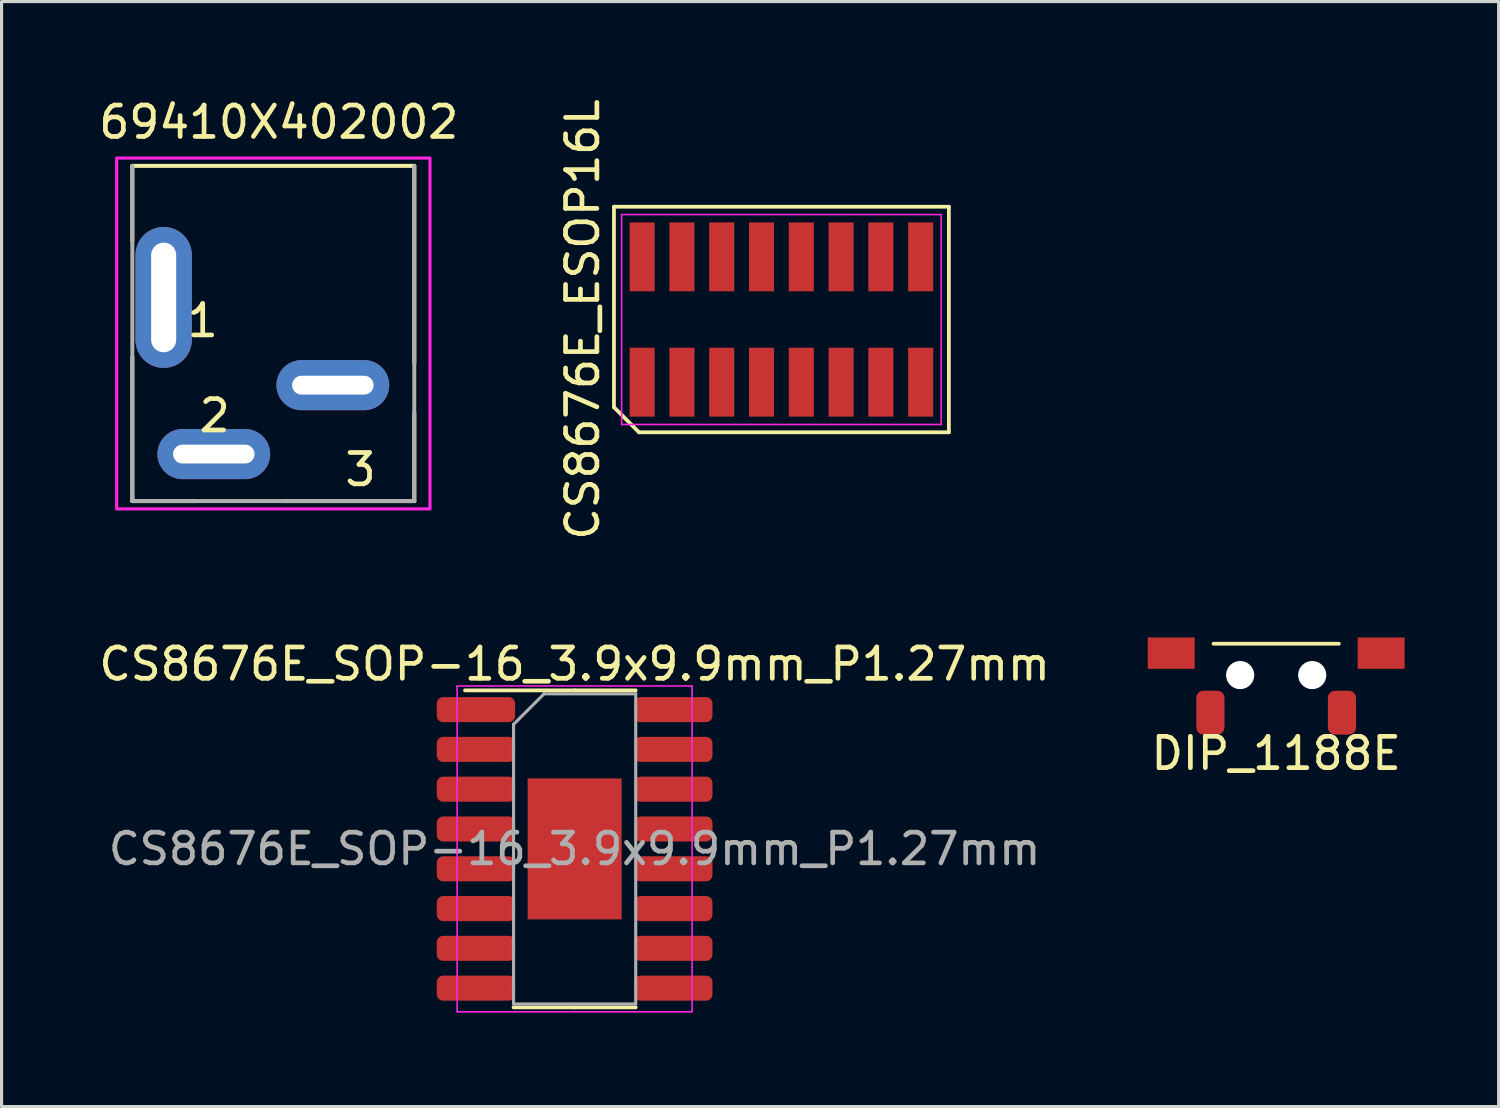
<source format=kicad_pcb>
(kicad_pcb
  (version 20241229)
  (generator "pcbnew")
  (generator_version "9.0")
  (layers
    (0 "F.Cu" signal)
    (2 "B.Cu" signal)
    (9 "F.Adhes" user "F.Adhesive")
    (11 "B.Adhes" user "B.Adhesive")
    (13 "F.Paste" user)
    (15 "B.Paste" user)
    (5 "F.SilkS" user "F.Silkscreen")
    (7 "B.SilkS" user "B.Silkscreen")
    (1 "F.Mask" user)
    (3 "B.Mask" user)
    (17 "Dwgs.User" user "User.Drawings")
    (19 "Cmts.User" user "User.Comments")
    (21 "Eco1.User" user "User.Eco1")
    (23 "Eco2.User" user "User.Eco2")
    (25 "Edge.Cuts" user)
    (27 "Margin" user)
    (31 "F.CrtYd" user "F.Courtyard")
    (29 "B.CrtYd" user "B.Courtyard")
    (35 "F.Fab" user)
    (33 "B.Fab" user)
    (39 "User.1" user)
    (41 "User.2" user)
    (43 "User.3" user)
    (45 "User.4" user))
  (footprint "DIP_1188E"
    (layer "F.Cu")
    (at 37.685 18.498)
    (property "Reference" "DIP_1188E" (at 0 2.5 0) (unlocked yes) (layer "F.SilkS") (effects (font (size 1 1) (thickness 0.15))))
    (attr smd)
    (fp_line (start -2 -1) (end 2 -1) (stroke (width 0.12) (type solid)) (layer "F.SilkS"))
    (pad "" np_thru_hole circle (at -1.15 0) (size 0.9 0.9) (drill 0.9) (layers "*.Cu" "*.Mask"))
    (pad "" np_thru_hole circle (at 1.15 0) (size 0.9 0.9) (drill 0.9) (layers "*.Cu" "*.Mask"))
    (pad "1" smd rect (at -3.35 -0.7) (size 1.5 1) (layers "F.Cu" "F.Mask" "F.Paste"))
    (pad "2" smd rect (at 3.35 -0.7) (size 1.5 1) (layers "F.Cu" "F.Mask" "F.Paste"))
    (pad "3" smd roundrect (at -2.1 1.2) (size 0.9 1.4) (layers "F.Cu" "F.Mask" "F.Paste") (roundrect_rratio 0.25))
    (pad "4" smd roundrect (at 2.1 1.2) (size 0.9 1.4) (layers "F.Cu" "F.Mask" "F.Paste") (roundrect_rratio 0.25)))
  (footprint "CS8676E_SOP-16_3.9x9.9mm_P1.27mm"
    (layer "F.Cu")
    (at 15.292 24.046)
    (property "Reference" "CS8676E_SOP-16_3.9x9.9mm_P1.27mm" (at 0 -5.9 0) (layer "F.SilkS") (effects (font (size 1 1) (thickness 0.15))))
    (attr smd)
    (fp_rect (start -1.5 -2.25) (end 1.5 2.25) (stroke (width 0) (type solid)) (fill yes) (layer "F.Mask"))
    (fp_line (start 0 -5.06) (end -3.5 -5.06) (stroke (width 0.12) (type solid)) (layer "F.SilkS"))
    (fp_line (start 0 -5.06) (end 1.95 -5.06) (stroke (width 0.12) (type solid)) (layer "F.SilkS"))
    (fp_line (start 0 5.06) (end -1.95 5.06) (stroke (width 0.12) (type solid)) (layer "F.SilkS"))
    (fp_line (start 0 5.06) (end 1.95 5.06) (stroke (width 0.12) (type solid)) (layer "F.SilkS"))
    (fp_rect (start -1.3 -2) (end -0.2 -0.2) (stroke (width 0) (type solid)) (fill yes) (layer "F.Paste"))
    (fp_rect (start -1.3 0.2) (end -0.2 2) (stroke (width 0) (type solid)) (fill yes) (layer "F.Paste"))
    (fp_rect (start 0.2 -2) (end 1.3 -0.2) (stroke (width 0) (type solid)) (fill yes) (layer "F.Paste"))
    (fp_rect (start 0.2 0.2) (end 1.3 2) (stroke (width 0) (type solid)) (fill yes) (layer "F.Paste"))
    (fp_line (start -3.75 -5.2) (end -3.75 5.2) (stroke (width 0.05) (type solid)) (layer "F.CrtYd"))
    (fp_line (start -3.75 5.2) (end 3.75 5.2) (stroke (width 0.05) (type solid)) (layer "F.CrtYd"))
    (fp_line (start 3.75 -5.2) (end -3.75 -5.2) (stroke (width 0.05) (type solid)) (layer "F.CrtYd"))
    (fp_line (start 3.75 5.2) (end 3.75 -5.2) (stroke (width 0.05) (type solid)) (layer "F.CrtYd"))
    (fp_line (start -1.95 -3.975) (end -0.975 -4.95) (stroke (width 0.1) (type solid)) (layer "F.Fab"))
    (fp_line (start -1.95 4.95) (end -1.95 -3.975) (stroke (width 0.1) (type solid)) (layer "F.Fab"))
    (fp_line (start -0.975 -4.95) (end 1.95 -4.95) (stroke (width 0.1) (type solid)) (layer "F.Fab"))
    (fp_line (start 1.95 -4.95) (end 1.95 4.95) (stroke (width 0.1) (type solid)) (layer "F.Fab"))
    (fp_line (start 1.95 4.95) (end -1.95 4.95) (stroke (width 0.1) (type solid)) (layer "F.Fab"))
    (fp_text user "${REFERENCE}" (at 0 0 0) (layer "F.Fab") (effects (font (size 0.98 0.98) (thickness 0.15))))
    (pad "1" smd roundrect (at -3.15 -4.445) (size 2.5 0.8) (layers "F.Cu" "F.Mask" "F.Paste") (roundrect_rratio 0.25))
    (pad "2" smd roundrect (at -3.15 -3.175) (size 2.5 0.8) (layers "F.Cu" "F.Mask" "F.Paste") (roundrect_rratio 0.25))
    (pad "3" smd roundrect (at -3.15 -1.905) (size 2.5 0.8) (layers "F.Cu" "F.Mask" "F.Paste") (roundrect_rratio 0.25))
    (pad "4" smd roundrect (at -3.15 -0.635) (size 2.5 0.8) (layers "F.Cu" "F.Mask" "F.Paste") (roundrect_rratio 0.25))
    (pad "5" smd roundrect (at -3.15 0.635) (size 2.5 0.8) (layers "F.Cu" "F.Mask" "F.Paste") (roundrect_rratio 0.25))
    (pad "6" smd roundrect (at -3.15 1.905) (size 2.5 0.8) (layers "F.Cu" "F.Mask" "F.Paste") (roundrect_rratio 0.25))
    (pad "7" smd roundrect (at -3.15 3.175) (size 2.5 0.8) (layers "F.Cu" "F.Mask" "F.Paste") (roundrect_rratio 0.25))
    (pad "8" smd roundrect (at -3.15 4.445) (size 2.5 0.8) (layers "F.Cu" "F.Mask" "F.Paste") (roundrect_rratio 0.25))
    (pad "9" smd roundrect (at 3.15 4.445) (size 2.5 0.8) (layers "F.Cu" "F.Mask" "F.Paste") (roundrect_rratio 0.25))
    (pad "10" smd roundrect (at 3.15 3.175) (size 2.5 0.8) (layers "F.Cu" "F.Mask" "F.Paste") (roundrect_rratio 0.25))
    (pad "11" smd roundrect (at 3.15 1.905) (size 2.5 0.8) (layers "F.Cu" "F.Mask" "F.Paste") (roundrect_rratio 0.25))
    (pad "12" smd roundrect (at 3.15 0.635) (size 2.5 0.8) (layers "F.Cu" "F.Mask" "F.Paste") (roundrect_rratio 0.25))
    (pad "13" smd roundrect (at 3.15 -0.635) (size 2.5 0.8) (layers "F.Cu" "F.Mask" "F.Paste") (roundrect_rratio 0.25))
    (pad "14" smd roundrect (at 3.15 -1.905) (size 2.5 0.8) (layers "F.Cu" "F.Mask" "F.Paste") (roundrect_rratio 0.25))
    (pad "15" smd roundrect (at 3.15 -3.175) (size 2.5 0.8) (layers "F.Cu" "F.Mask" "F.Paste") (roundrect_rratio 0.25))
    (pad "16" smd roundrect (at 3.15 -4.445) (size 2.5 0.8) (layers "F.Cu" "F.Mask" "F.Paste") (roundrect_rratio 0.25))
    (pad "17" smd rect (at 0 0) (size 3 4.5) (layers "F.Cu")))
  (footprint "CS8676E_ESOP16L"
    (layer "F.Cu")
    (at 21.892 7.149)
    (property "Reference" "CS8676E_ESOP16L" (at -6.345 0 90) (layer "F.SilkS") (effects (font (size 1 1) (thickness 0.15))))
    (attr through_hole)
    (fp_line (start -5.345 -3.6) (end 5.345 -3.6) (stroke (width 0.12) (type solid)) (layer "F.SilkS"))
    (fp_line (start -5.345 2.8) (end -5.345 -3.6) (stroke (width 0.12) (type solid)) (layer "F.SilkS"))
    (fp_line (start -4.545 3.6) (end -5.345 2.8) (stroke (width 0.12) (type solid)) (layer "F.SilkS"))
    (fp_line (start 5.345 -3.6) (end 5.345 3.6) (stroke (width 0.12) (type solid)) (layer "F.SilkS"))
    (fp_line (start 5.345 3.6) (end -4.545 3.6) (stroke (width 0.12) (type solid)) (layer "F.SilkS"))
    (fp_line (start -5.1 -3.35) (end 5.1 -3.35) (stroke (width 0.05) (type solid)) (layer "F.CrtYd"))
    (fp_line (start -5.1 3.35) (end -5.1 -3.35) (stroke (width 0.05) (type solid)) (layer "F.CrtYd"))
    (fp_line (start 5.1 -3.35) (end 5.1 3.35) (stroke (width 0.05) (type solid)) (layer "F.CrtYd"))
    (fp_line (start 5.1 3.35) (end -5.1 3.35) (stroke (width 0.05) (type solid)) (layer "F.CrtYd"))
    (pad "1" smd rect (at -4.445 2) (size 0.8 2.2) (layers "F.Cu" "F.Mask" "F.Paste"))
    (pad "2" smd rect (at -3.175 2) (size 0.8 2.2) (layers "F.Cu" "F.Mask" "F.Paste"))
    (pad "3" smd rect (at -1.905 2) (size 0.8 2.2) (layers "F.Cu" "F.Mask" "F.Paste"))
    (pad "4" smd rect (at -0.635 2) (size 0.8 2.2) (layers "F.Cu" "F.Mask" "F.Paste"))
    (pad "5" smd rect (at 0.635 2) (size 0.8 2.2) (layers "F.Cu" "F.Mask" "F.Paste"))
    (pad "6" smd rect (at 1.905 2) (size 0.8 2.2) (layers "F.Cu" "F.Mask" "F.Paste"))
    (pad "7" smd rect (at 3.175 2) (size 0.8 2.2) (layers "F.Cu" "F.Mask" "F.Paste"))
    (pad "8" smd rect (at 4.445 2) (size 0.8 2.2) (layers "F.Cu" "F.Mask" "F.Paste"))
    (pad "9" smd rect (at 4.445 -2) (size 0.8 2.2) (layers "F.Cu" "F.Mask" "F.Paste"))
    (pad "10" smd rect (at 3.175 -2) (size 0.8 2.2) (layers "F.Cu" "F.Mask" "F.Paste"))
    (pad "11" smd rect (at 1.905 -2) (size 0.8 2.2) (layers "F.Cu" "F.Mask" "F.Paste"))
    (pad "12" smd rect (at 0.635 -2) (size 0.8 2.2) (layers "F.Cu" "F.Mask" "F.Paste"))
    (pad "13" smd rect (at -0.635 -2) (size 0.8 2.2) (layers "F.Cu" "F.Mask" "F.Paste"))
    (pad "14" smd rect (at -1.905 -2) (size 0.8 2.2) (layers "F.Cu" "F.Mask" "F.Paste"))
    (pad "15" smd rect (at -3.175 -2) (size 0.8 2.2) (layers "F.Cu" "F.Mask" "F.Paste"))
    (pad "16" smd rect (at -4.445 -2) (size 0.8 2.2) (layers "F.Cu" "F.Mask" "F.Paste")))
  (footprint "69410X402002"
    (layer "F.Cu")
    (at 5.674 6.444)
    (property "Reference" "69410X402002" (at 0.175 -5.595 0) (layer "F.SilkS") (effects (font (size 1.002 1.002) (thickness 0.15))))
    (attr through_hole)
    (fp_line (start -4.5 -4.2) (end 4.5 -4.2) (stroke (width 0.127) (type solid)) (layer "F.SilkS"))
    (fp_line (start -4.5 -1.8) (end -4.5 -4.2) (stroke (width 0.127) (type solid)) (layer "F.SilkS"))
    (fp_line (start -4.5 1.9) (end -4.5 6.5) (stroke (width 0.127) (type solid)) (layer "F.SilkS"))
    (fp_line (start -4.5 6.5) (end -2.5 6.5) (stroke (width 0.127) (type solid)) (layer "F.SilkS"))
    (fp_line (start 4.5 2.1) (end 4.5 -4.2) (stroke (width 0.127) (type solid)) (layer "F.SilkS"))
    (fp_line (start 4.5 3.7) (end 4.5 6.5) (stroke (width 0.127) (type solid)) (layer "F.SilkS"))
    (fp_line (start 4.5 6.5) (end 0.3 6.5) (stroke (width 0.127) (type solid)) (layer "F.SilkS"))
    (fp_poly (pts (xy -5 -4.45) (xy 5 -4.45) (xy 5 6.75) (xy -5 6.75)) (stroke (width 0.1) (type solid)) (fill no) (layer "F.CrtYd"))
    (fp_line (start -4.5 6.5) (end -4.5 -4.2) (stroke (width 0.127) (type solid)) (layer "F.Fab"))
    (fp_line (start -4.5 6.5) (end 4.5 6.5) (stroke (width 0.127) (type solid)) (layer "F.Fab"))
    (fp_line (start 4.5 6.5) (end 4.5 -4.2) (stroke (width 0.127) (type solid)) (layer "F.Fab"))
    (fp_text user "1" (at -2.254 0.741 0) (layer "F.SilkS") (effects (font (size 1.002 1.002) (thickness 0.15))))
    (fp_text user "3" (at 2.783 5.495 0) (layer "F.SilkS") (effects (font (size 1.001 1.001) (thickness 0.15))))
    (fp_text user "2" (at -1.873 3.775 0) (layer "F.SilkS") (effects (font (size 1.001 1.001) (thickness 0.15))))
    (pad "1" thru_hole oval (at -3.5 0) (size 1.8 4.5) (drill oval 0.8 3.5) (layers "*.Cu" "*.Mask"))
    (pad "2" thru_hole oval (at -1.9 5) (size 3.6 1.6) (drill oval 2.6 0.6) (layers "*.Cu" "*.Mask"))
    (pad "3" thru_hole oval (at 1.9 2.8) (size 3.6 1.6) (drill oval 2.6 0.6) (layers "*.Cu" "*.Mask")))
  (gr_rect
    (start -3 -3)
    (end 44.786 32.271)
    (stroke (width 0.1) (type default))
    (fill no)
    (layer "Edge.Cuts")))
</source>
